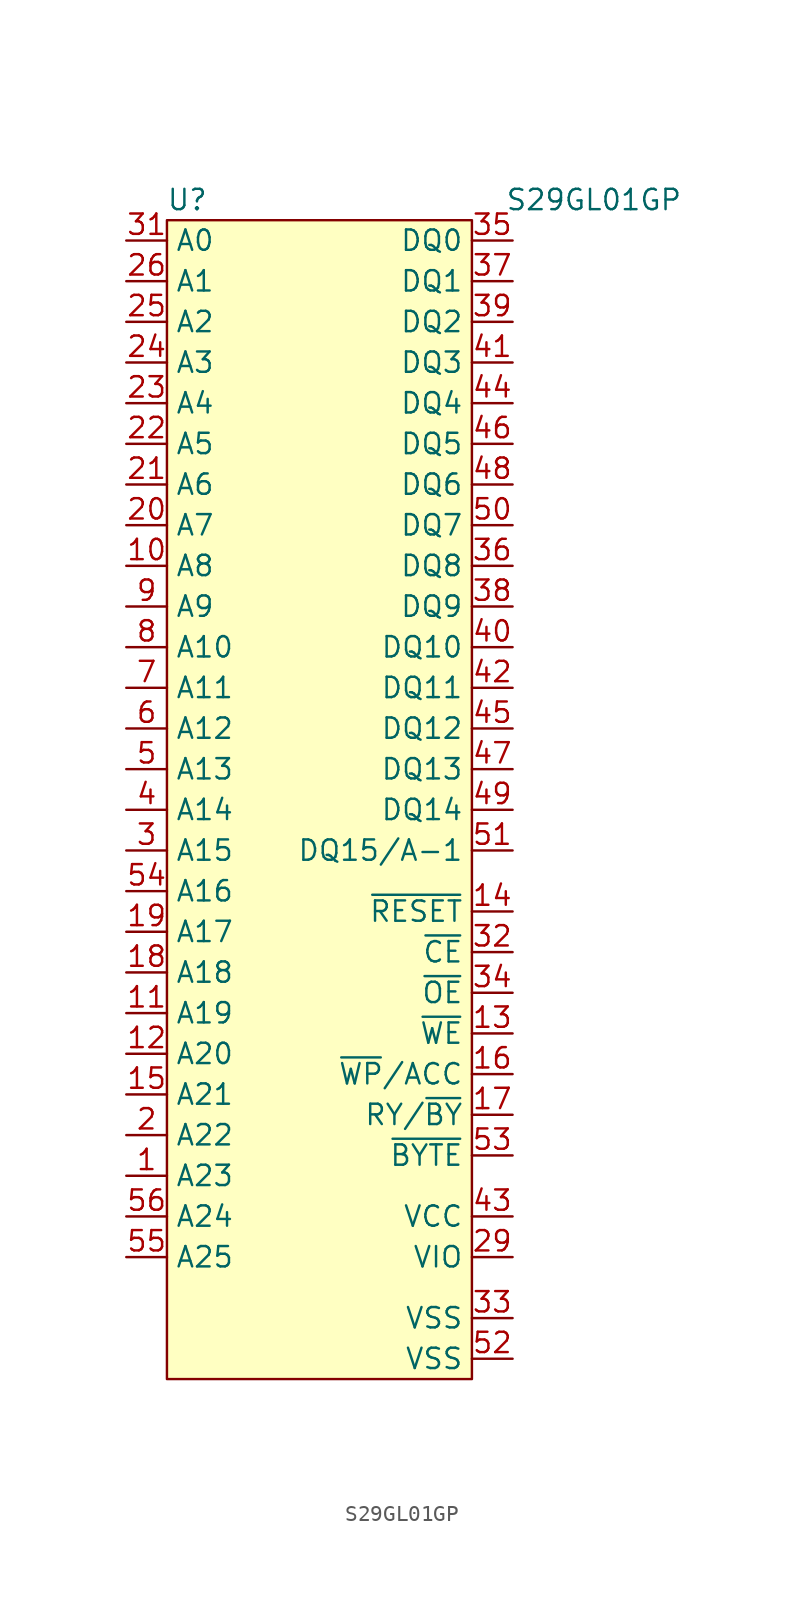
<source format=kicad_sym>
(kicad_symbol_lib
  (version 20211014)
  (generator kicad_symbol_editor)
  (symbol "S29GL01GP"
    (property "Reference" "U"
      (at -7.62 31.75 0)
      (effects (font (size 1.27 1.27))))
    (property "Value" "S29GL01GP"
      (at 17.78 31.75 0)
      (effects (font (size 1.27 1.27))))
    (symbol "S29GL01GP_0_1"
      (rectangle (start -8.89 -41.91) (end 10.16 30.48) (stroke (width 0) (type default) (color 0 0 0 0)) (fill (type background))))
    (symbol "S29GL01GP_1_1"
      (pin input line (at -11.43 -29.21 0) (length 2.54) (name "A23" (effects (font (size 1.27 1.27)))) (number "1" (effects (font (size 1.27 1.27)))))
      (pin input line (at -11.43 8.89 0) (length 2.54) (name "A8" (effects (font (size 1.27 1.27)))) (number "10" (effects (font (size 1.27 1.27)))))
      (pin input line (at -11.43 -19.05 0) (length 2.54) (name "A19" (effects (font (size 1.27 1.27)))) (number "11" (effects (font (size 1.27 1.27)))))
      (pin input line (at -11.43 -21.59 0) (length 2.54) (name "A20" (effects (font (size 1.27 1.27)))) (number "12" (effects (font (size 1.27 1.27)))))
      (pin input line (at 12.7 -20.32 180) (length 2.54) (name "~{WE}" (effects (font (size 1.27 1.27)))) (number "13" (effects (font (size 1.27 1.27)))))
      (pin input line (at 12.7 -12.7 180) (length 2.54) (name "~{RESET}" (effects (font (size 1.27 1.27)))) (number "14" (effects (font (size 1.27 1.27)))))
      (pin input line (at -11.43 -24.13 0) (length 2.54) (name "A21" (effects (font (size 1.27 1.27)))) (number "15" (effects (font (size 1.27 1.27)))))
      (pin input line (at 12.7 -22.86 180) (length 2.54) (name "~{WP}/ACC" (effects (font (size 1.27 1.27)))) (number "16" (effects (font (size 1.27 1.27)))))
      (pin output line (at 12.7 -25.4 180) (length 2.54) (name "RY/~{BY}" (effects (font (size 1.27 1.27)))) (number "17" (effects (font (size 1.27 1.27)))))
      (pin input line (at -11.43 -16.51 0) (length 2.54) (name "A18" (effects (font (size 1.27 1.27)))) (number "18" (effects (font (size 1.27 1.27)))))
      (pin input line (at -11.43 -13.97 0) (length 2.54) (name "A17" (effects (font (size 1.27 1.27)))) (number "19" (effects (font (size 1.27 1.27)))))
      (pin input line (at -11.43 -26.67 0) (length 2.54) (name "A22" (effects (font (size 1.27 1.27)))) (number "2" (effects (font (size 1.27 1.27)))))
      (pin input line (at -11.43 11.43 0) (length 2.54) (name "A7" (effects (font (size 1.27 1.27)))) (number "20" (effects (font (size 1.27 1.27)))))
      (pin input line (at -11.43 13.97 0) (length 2.54) (name "A6" (effects (font (size 1.27 1.27)))) (number "21" (effects (font (size 1.27 1.27)))))
      (pin input line (at -11.43 16.51 0) (length 2.54) (name "A5" (effects (font (size 1.27 1.27)))) (number "22" (effects (font (size 1.27 1.27)))))
      (pin input line (at -11.43 19.05 0) (length 2.54) (name "A4" (effects (font (size 1.27 1.27)))) (number "23" (effects (font (size 1.27 1.27)))))
      (pin input line (at -11.43 21.59 0) (length 2.54) (name "A3" (effects (font (size 1.27 1.27)))) (number "24" (effects (font (size 1.27 1.27)))))
      (pin input line (at -11.43 24.13 0) (length 2.54) (name "A2" (effects (font (size 1.27 1.27)))) (number "25" (effects (font (size 1.27 1.27)))))
      (pin input line (at -11.43 26.67 0) (length 2.54) (name "A1" (effects (font (size 1.27 1.27)))) (number "26" (effects (font (size 1.27 1.27)))))
      (pin power_in line (at 12.7 -34.29 180) (length 2.54) (name "VIO" (effects (font (size 1.27 1.27)))) (number "29" (effects (font (size 1.27 1.27)))))
      (pin input line (at -11.43 -8.89 0) (length 2.54) (name "A15" (effects (font (size 1.27 1.27)))) (number "3" (effects (font (size 1.27 1.27)))))
      (pin input line (at -11.43 29.21 0) (length 2.54) (name "A0" (effects (font (size 1.27 1.27)))) (number "31" (effects (font (size 1.27 1.27)))))
      (pin input line (at 12.7 -15.24 180) (length 2.54) (name "~{CE}" (effects (font (size 1.27 1.27)))) (number "32" (effects (font (size 1.27 1.27)))))
      (pin power_in line (at 12.7 -38.1 180) (length 2.54) (name "VSS" (effects (font (size 1.27 1.27)))) (number "33" (effects (font (size 1.27 1.27)))))
      (pin input line (at 12.7 -17.78 180) (length 2.54) (name "~{OE}" (effects (font (size 1.27 1.27)))) (number "34" (effects (font (size 1.27 1.27)))))
      (pin tri_state line (at 12.7 29.21 180) (length 2.54) (name "DQ0" (effects (font (size 1.27 1.27)))) (number "35" (effects (font (size 1.27 1.27)))))
      (pin tri_state line (at 12.7 8.89 180) (length 2.54) (name "DQ8" (effects (font (size 1.27 1.27)))) (number "36" (effects (font (size 1.27 1.27)))))
      (pin tri_state line (at 12.7 26.67 180) (length 2.54) (name "DQ1" (effects (font (size 1.27 1.27)))) (number "37" (effects (font (size 1.27 1.27)))))
      (pin tri_state line (at 12.7 6.35 180) (length 2.54) (name "DQ9" (effects (font (size 1.27 1.27)))) (number "38" (effects (font (size 1.27 1.27)))))
      (pin tri_state line (at 12.7 24.13 180) (length 2.54) (name "DQ2" (effects (font (size 1.27 1.27)))) (number "39" (effects (font (size 1.27 1.27)))))
      (pin input line (at -11.43 -6.35 0) (length 2.54) (name "A14" (effects (font (size 1.27 1.27)))) (number "4" (effects (font (size 1.27 1.27)))))
      (pin tri_state line (at 12.7 3.81 180) (length 2.54) (name "DQ10" (effects (font (size 1.27 1.27)))) (number "40" (effects (font (size 1.27 1.27)))))
      (pin tri_state line (at 12.7 21.59 180) (length 2.54) (name "DQ3" (effects (font (size 1.27 1.27)))) (number "41" (effects (font (size 1.27 1.27)))))
      (pin tri_state line (at 12.7 1.27 180) (length 2.54) (name "DQ11" (effects (font (size 1.27 1.27)))) (number "42" (effects (font (size 1.27 1.27)))))
      (pin power_in line (at 12.7 -31.75 180) (length 2.54) (name "VCC" (effects (font (size 1.27 1.27)))) (number "43" (effects (font (size 1.27 1.27)))))
      (pin tri_state line (at 12.7 19.05 180) (length 2.54) (name "DQ4" (effects (font (size 1.27 1.27)))) (number "44" (effects (font (size 1.27 1.27)))))
      (pin tri_state line (at 12.7 -1.27 180) (length 2.54) (name "DQ12" (effects (font (size 1.27 1.27)))) (number "45" (effects (font (size 1.27 1.27)))))
      (pin tri_state line (at 12.7 16.51 180) (length 2.54) (name "DQ5" (effects (font (size 1.27 1.27)))) (number "46" (effects (font (size 1.27 1.27)))))
      (pin tri_state line (at 12.7 -3.81 180) (length 2.54) (name "DQ13" (effects (font (size 1.27 1.27)))) (number "47" (effects (font (size 1.27 1.27)))))
      (pin tri_state line (at 12.7 13.97 180) (length 2.54) (name "DQ6" (effects (font (size 1.27 1.27)))) (number "48" (effects (font (size 1.27 1.27)))))
      (pin tri_state line (at 12.7 -6.35 180) (length 2.54) (name "DQ14" (effects (font (size 1.27 1.27)))) (number "49" (effects (font (size 1.27 1.27)))))
      (pin input line (at -11.43 -3.81 0) (length 2.54) (name "A13" (effects (font (size 1.27 1.27)))) (number "5" (effects (font (size 1.27 1.27)))))
      (pin tri_state line (at 12.7 11.43 180) (length 2.54) (name "DQ7" (effects (font (size 1.27 1.27)))) (number "50" (effects (font (size 1.27 1.27)))))
      (pin tri_state line (at 12.7 -8.89 180) (length 2.54) (name "DQ15/A-1" (effects (font (size 1.27 1.27)))) (number "51" (effects (font (size 1.27 1.27)))))
      (pin power_in line (at 12.7 -40.64 180) (length 2.54) (name "VSS" (effects (font (size 1.27 1.27)))) (number "52" (effects (font (size 1.27 1.27)))))
      (pin input line (at 12.7 -27.94 180) (length 2.54) (name "~{BYTE}" (effects (font (size 1.27 1.27)))) (number "53" (effects (font (size 1.27 1.27)))))
      (pin input line (at -11.43 -11.43 0) (length 2.54) (name "A16" (effects (font (size 1.27 1.27)))) (number "54" (effects (font (size 1.27 1.27)))))
      (pin input line (at -11.43 -34.29 0) (length 2.54) (name "A25" (effects (font (size 1.27 1.27)))) (number "55" (effects (font (size 1.27 1.27)))))
      (pin input line (at -11.43 -31.75 0) (length 2.54) (name "A24" (effects (font (size 1.27 1.27)))) (number "56" (effects (font (size 1.27 1.27)))))
      (pin input line (at -11.43 -1.27 0) (length 2.54) (name "A12" (effects (font (size 1.27 1.27)))) (number "6" (effects (font (size 1.27 1.27)))))
      (pin input line (at -11.43 1.27 0) (length 2.54) (name "A11" (effects (font (size 1.27 1.27)))) (number "7" (effects (font (size 1.27 1.27)))))
      (pin input line (at -11.43 3.81 0) (length 2.54) (name "A10" (effects (font (size 1.27 1.27)))) (number "8" (effects (font (size 1.27 1.27)))))
      (pin input line (at -11.43 6.35 0) (length 2.54) (name "A9" (effects (font (size 1.27 1.27)))) (number "9" (effects (font (size 1.27 1.27))))))))
</source>
